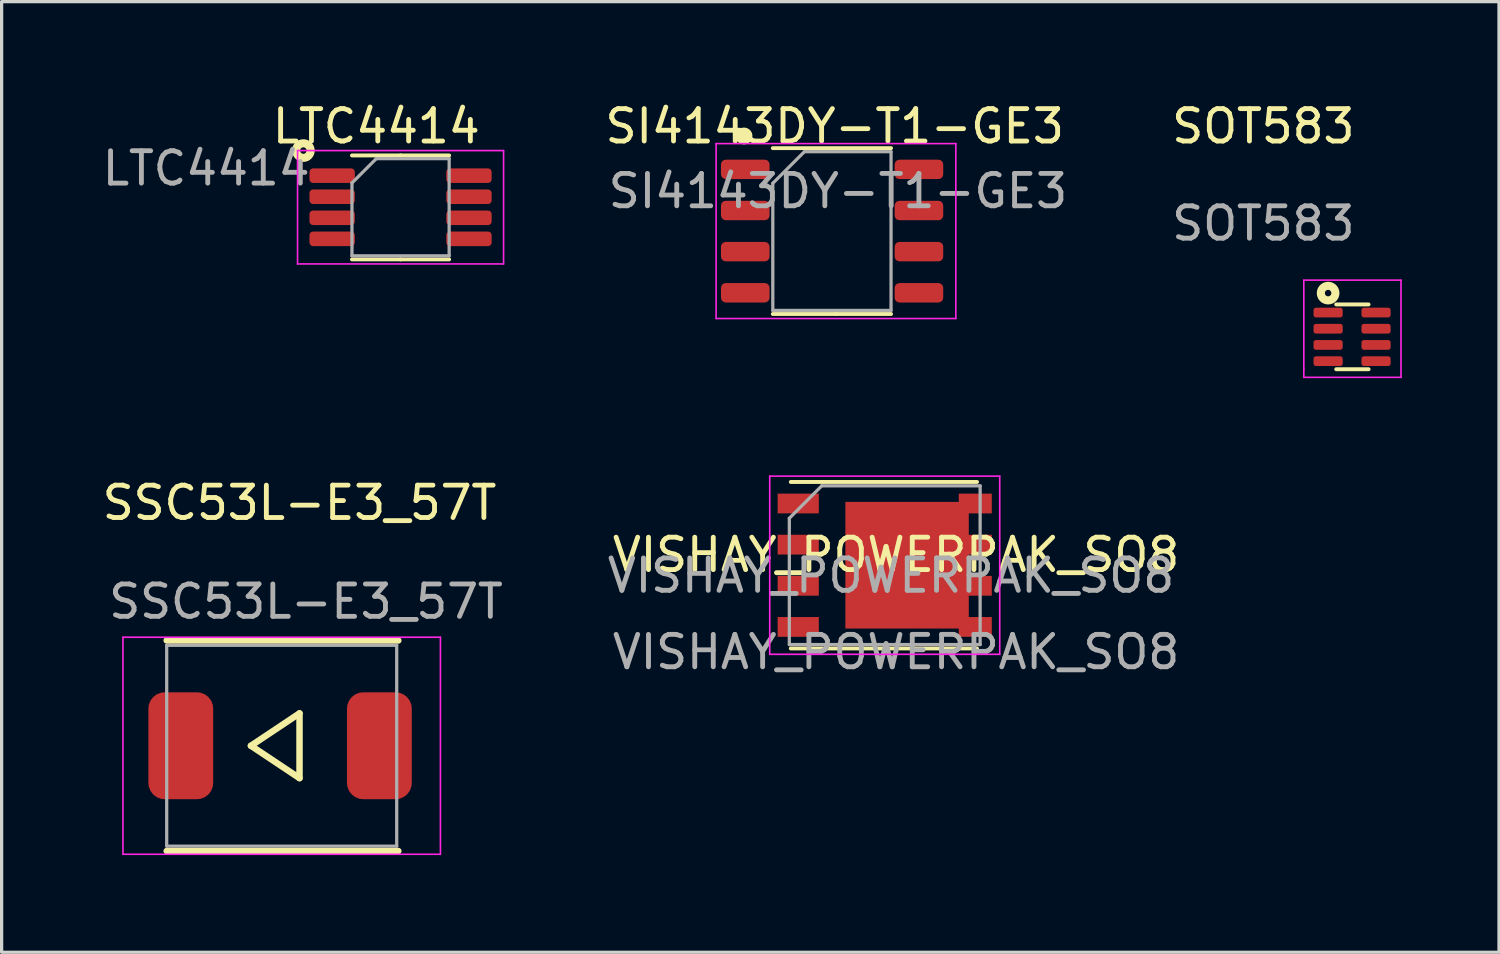
<source format=kicad_pcb>
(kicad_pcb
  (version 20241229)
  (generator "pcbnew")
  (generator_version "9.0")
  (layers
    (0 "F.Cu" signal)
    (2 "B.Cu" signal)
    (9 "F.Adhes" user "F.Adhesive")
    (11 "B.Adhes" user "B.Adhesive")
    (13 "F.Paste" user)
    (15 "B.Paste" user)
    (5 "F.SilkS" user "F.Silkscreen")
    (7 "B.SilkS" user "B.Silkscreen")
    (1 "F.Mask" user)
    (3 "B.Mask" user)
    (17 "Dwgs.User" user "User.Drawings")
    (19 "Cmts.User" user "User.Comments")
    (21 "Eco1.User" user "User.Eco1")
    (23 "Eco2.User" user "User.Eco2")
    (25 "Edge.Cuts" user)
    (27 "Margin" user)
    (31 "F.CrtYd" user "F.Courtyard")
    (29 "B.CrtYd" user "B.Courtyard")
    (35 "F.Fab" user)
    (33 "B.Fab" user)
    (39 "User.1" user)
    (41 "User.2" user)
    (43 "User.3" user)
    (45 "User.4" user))
  (footprint "SSC53L-E3_57T"
    (layer "F.Cu")
    (at 5.696 19.971)
    (property "Reference" "SSC53L-E3_57T" (at 0.5 -7.5 0) (unlocked yes) (layer "F.SilkS") (effects (font (size 1 1) (thickness 0.15))))
    (attr smd)
    (fp_line (start -3.6 -3.25) (end 3.55 -3.25) (stroke (width 0.2) (type solid)) (layer "F.SilkS"))
    (fp_line (start -3.6 3.25) (end 3.55 3.25) (stroke (width 0.2) (type solid)) (layer "F.SilkS"))
    (fp_line (start 0.5 -1) (end -1 0) (stroke (width 0.2) (type solid)) (layer "F.SilkS"))
    (fp_line (start 0.5 -1) (end 0.5 1) (stroke (width 0.2) (type solid)) (layer "F.SilkS"))
    (fp_line (start 0.5 1) (end -1 0) (stroke (width 0.2) (type solid)) (layer "F.SilkS"))
    (fp_line (start -4.95 -3.35) (end 4.85 -3.35) (stroke (width 0.05) (type solid)) (layer "F.CrtYd"))
    (fp_line (start -4.95 3.35) (end -4.95 -3.35) (stroke (width 0.05) (type solid)) (layer "F.CrtYd"))
    (fp_line (start 4.85 -3.35) (end 4.85 3.35) (stroke (width 0.05) (type solid)) (layer "F.CrtYd"))
    (fp_line (start 4.85 3.35) (end -4.95 3.35) (stroke (width 0.05) (type solid)) (layer "F.CrtYd"))
    (fp_line (start -3.6 3.1) (end -3.6 -3.1) (stroke (width 0.1) (type solid)) (layer "F.Fab"))
    (fp_line (start 3.5 -3.1) (end -3.6 -3.1) (stroke (width 0.1) (type solid)) (layer "F.Fab"))
    (fp_line (start 3.5 -3.1) (end 3.5 3.1) (stroke (width 0.1) (type solid)) (layer "F.Fab"))
    (fp_line (start 3.5 3.1) (end -3.6 3.1) (stroke (width 0.1) (type solid)) (layer "F.Fab"))
    (fp_text user "${REFERENCE}" (at 0.7 -4.45 0) (layer "F.Fab") (effects (font (size 1 1) (thickness 0.15))))
    (pad "1" smd roundrect (at -3.165 0 90) (size 3.3 2) (layers "F.Cu" "F.Mask" "F.Paste") (roundrect_rratio 0.25))
    (pad "2" smd roundrect (at 2.965 0 90) (size 3.3 2) (layers "F.Cu" "F.Mask" "F.Paste") (roundrect_rratio 0.25)))
  (footprint "SI4143DY-T1-GE3"
    (layer "F.Cu")
    (at 22.717 4.148)
    (property "Reference" "SI4143DY-T1-GE3" (at 0 -3.3 0) (unlocked yes) (layer "F.SilkS") (effects (font (size 1 1) (thickness 0.15))))
    (attr smd)
    (fp_line (start -1.911 -2.625) (end 1.739 -2.625) (stroke (width 0.12) (type solid)) (layer "F.SilkS"))
    (fp_line (start 0.039 2.495) (end -1.911 2.495) (stroke (width 0.12) (type solid)) (layer "F.SilkS"))
    (fp_line (start 0.039 2.495) (end 1.739 2.495) (stroke (width 0.12) (type solid)) (layer "F.SilkS"))
    (fp_circle (center -2.8 -3) (end -2.6 -3) (stroke (width 0.12) (type solid)) (fill yes) (layer "F.SilkS"))
    (fp_line (start -3.661 -2.765) (end -3.661 2.635) (stroke (width 0.05) (type solid)) (layer "F.CrtYd"))
    (fp_line (start -3.661 2.635) (end 3.739 2.635) (stroke (width 0.05) (type solid)) (layer "F.CrtYd"))
    (fp_line (start 3.739 -2.765) (end -3.661 -2.765) (stroke (width 0.05) (type solid)) (layer "F.CrtYd"))
    (fp_line (start 3.739 2.635) (end 3.739 -2.765) (stroke (width 0.05) (type solid)) (layer "F.CrtYd"))
    (fp_line (start -1.911 -1.54) (end -0.936 -2.515) (stroke (width 0.1) (type solid)) (layer "F.Fab"))
    (fp_line (start -1.911 2.385) (end -1.911 -1.54) (stroke (width 0.1) (type solid)) (layer "F.Fab"))
    (fp_line (start -0.936 -2.515) (end 1.739 -2.515) (stroke (width 0.1) (type solid)) (layer "F.Fab"))
    (fp_line (start 1.739 -2.515) (end 1.739 2.385) (stroke (width 0.1) (type solid)) (layer "F.Fab"))
    (fp_line (start 1.739 2.385) (end -1.911 2.385) (stroke (width 0.1) (type solid)) (layer "F.Fab"))
    (fp_text user "${REFERENCE}" (at 0.1 -1.3 0) (unlocked yes) (layer "F.Fab") (effects (font (size 1 1) (thickness 0.15))))
    (pad "1" smd roundrect (at -2.761 -1.97) (size 1.5 0.6) (layers "F.Cu" "F.Mask" "F.Paste") (roundrect_rratio 0.25))
    (pad "1" smd roundrect (at -2.761 -0.7) (size 1.5 0.6) (layers "F.Cu" "F.Mask" "F.Paste") (roundrect_rratio 0.25))
    (pad "1" smd roundrect (at -2.761 0.57) (size 1.5 0.6) (layers "F.Cu" "F.Mask" "F.Paste") (roundrect_rratio 0.25))
    (pad "2" smd roundrect (at -2.761 1.84) (size 1.5 0.6) (layers "F.Cu" "F.Mask" "F.Paste") (roundrect_rratio 0.25))
    (pad "3" smd roundrect (at 2.6 -1.97) (size 1.5 0.6) (layers "F.Cu" "F.Mask" "F.Paste") (roundrect_rratio 0.25))
    (pad "3" smd roundrect (at 2.6 -0.7) (size 1.5 0.6) (layers "F.Cu" "F.Mask" "F.Paste") (roundrect_rratio 0.25))
    (pad "3" smd roundrect (at 2.6 0.57) (size 1.5 0.6) (layers "F.Cu" "F.Mask" "F.Paste") (roundrect_rratio 0.25))
    (pad "3" smd roundrect (at 2.6 1.84) (size 1.5 0.6) (layers "F.Cu" "F.Mask" "F.Paste") (roundrect_rratio 0.25)))
  (footprint "VISHAY_POWERPAK_SO8"
    (layer "F.Cu")
    (at 24.611 14.578)
    (property "Reference" "VISHAY_POWERPAK_SO8" (at 0 -0.5 0) (unlocked yes) (layer "F.SilkS") (effects (font (size 1 1) (thickness 0.15))))
    (attr smd)
    (fp_line (start -3.25 -2.75) (end 2.5 -2.75) (stroke (width 0.12) (type solid)) (layer "F.SilkS"))
    (fp_line (start -3.25 2.39) (end 2.5 2.39) (stroke (width 0.12) (type solid)) (layer "F.SilkS"))
    (fp_line (start -3.9 -2.93) (end -3.9 2.57) (stroke (width 0.05) (type solid)) (layer "F.CrtYd"))
    (fp_line (start -3.9 -2.93) (end 3.2 -2.93) (stroke (width 0.05) (type solid)) (layer "F.CrtYd"))
    (fp_line (start -3.9 2.57) (end 3.2 2.57) (stroke (width 0.05) (type solid)) (layer "F.CrtYd"))
    (fp_line (start 3.2 -2.93) (end 3.2 2.57) (stroke (width 0.05) (type solid)) (layer "F.CrtYd"))
    (fp_line (start -3.295 2.27) (end -3.295 -1.63) (stroke (width 0.1) (type solid)) (layer "F.Fab"))
    (fp_line (start -2.295 -2.63) (end -3.295 -1.63) (stroke (width 0.1) (type solid)) (layer "F.Fab"))
    (fp_line (start -2.295 -2.63) (end 2.595 -2.63) (stroke (width 0.1) (type solid)) (layer "F.Fab"))
    (fp_line (start 2.595 -2.63) (end 2.595 2.27) (stroke (width 0.1) (type solid)) (layer "F.Fab"))
    (fp_line (start 2.595 2.27) (end -3.295 2.27) (stroke (width 0.1) (type solid)) (layer "F.Fab"))
    (fp_text user "${REFERENCE}" (at -0.155 0.14 0) (unlocked yes) (layer "F.Fab") (effects (font (size 1 1) (thickness 0.15))))
    (fp_text user "${REFERENCE}" (at 0 2.5 0) (unlocked yes) (layer "F.Fab") (effects (font (size 1 1) (thickness 0.15))))
    (pad "1" smd rect (at -3.02 1.725) (size 1.27 0.61) (layers "F.Cu" "F.Mask" "F.Paste"))
    (pad "2" smd rect (at -3.02 -2.085) (size 1.27 0.61) (layers "F.Cu" "F.Mask" "F.Paste"))
    (pad "2" smd rect (at -3.02 -0.815) (size 1.27 0.61) (layers "F.Cu" "F.Mask" "F.Paste"))
    (pad "2" smd rect (at -3.02 0.455) (size 1.27 0.61) (layers "F.Cu" "F.Mask" "F.Paste"))
    (pad "3" smd rect (at 0.34 -0.18) (size 3.81 3.91) (layers "F.Cu" "F.Mask" "F.Paste"))
    (pad "3" smd rect (at 2.445 -2.085) (size 1.02 0.61) (layers "F.Cu" "F.Mask" "F.Paste"))
    (pad "3" smd rect (at 2.445 -0.815) (size 1.02 0.61) (layers "F.Cu" "F.Mask" "F.Paste"))
    (pad "3" smd rect (at 2.445 0.455) (size 1.02 0.61) (layers "F.Cu" "F.Mask" "F.Paste"))
    (pad "3" smd rect (at 2.445 1.725) (size 1.02 0.61) (layers "F.Cu" "F.Mask" "F.Paste")))
  (footprint "LTC4414"
    (layer "F.Cu")
    (at 9.315 3.348)
    (property "Reference" "LTC4414" (at -0.75 -2.5 0) (unlocked yes) (layer "F.SilkS") (effects (font (size 1 1) (thickness 0.15))))
    (attr smd)
    (fp_line (start 0 -1.6) (end -1.5 -1.6) (stroke (width 0.12) (type solid)) (layer "F.SilkS"))
    (fp_line (start 0 -1.6) (end 1.5 -1.6) (stroke (width 0.12) (type solid)) (layer "F.SilkS"))
    (fp_line (start 0 1.61) (end -1.5 1.61) (stroke (width 0.12) (type solid)) (layer "F.SilkS"))
    (fp_line (start 0 1.61) (end 1.5 1.61) (stroke (width 0.12) (type solid)) (layer "F.SilkS"))
    (fp_circle (center -3 -1.75) (end -2.9 -1.75) (stroke (width 0.25) (type solid)) (fill no) (layer "F.SilkS"))
    (fp_line (start -3.18 -1.75) (end -3.18 1.75) (stroke (width 0.05) (type solid)) (layer "F.CrtYd"))
    (fp_line (start -3.18 1.75) (end 3.18 1.75) (stroke (width 0.05) (type solid)) (layer "F.CrtYd"))
    (fp_line (start 3.18 -1.75) (end -3.18 -1.75) (stroke (width 0.05) (type solid)) (layer "F.CrtYd"))
    (fp_line (start 3.18 1.75) (end 3.18 -1.75) (stroke (width 0.05) (type solid)) (layer "F.CrtYd"))
    (fp_line (start -1.5 -0.75) (end -0.75 -1.5) (stroke (width 0.1) (type solid)) (layer "F.Fab"))
    (fp_line (start -1.5 1.5) (end -1.5 -0.75) (stroke (width 0.1) (type solid)) (layer "F.Fab"))
    (fp_line (start -0.75 -1.5) (end 1.5 -1.5) (stroke (width 0.1) (type solid)) (layer "F.Fab"))
    (fp_line (start 1.5 -1.5) (end 1.5 1.5) (stroke (width 0.1) (type solid)) (layer "F.Fab"))
    (fp_line (start 1.5 1.5) (end -1.5 1.5) (stroke (width 0.1) (type solid)) (layer "F.Fab"))
    (fp_text user "${REFERENCE}" (at -6 -1.2 0) (unlocked yes) (layer "F.Fab") (effects (font (size 1 1) (thickness 0.15))))
    (pad "1" smd roundrect (at -2.112 -0.975) (size 1.4 0.45) (layers "F.Cu" "F.Mask" "F.Paste") (roundrect_rratio 0.25))
    (pad "2" smd roundrect (at -2.112 -0.325) (size 1.4 0.45) (layers "F.Cu" "F.Mask" "F.Paste") (roundrect_rratio 0.25))
    (pad "3" smd roundrect (at -2.112 0.325) (size 1.4 0.45) (layers "F.Cu" "F.Mask" "F.Paste") (roundrect_rratio 0.25))
    (pad "4" smd roundrect (at -2.112 0.975) (size 1.4 0.45) (layers "F.Cu" "F.Mask" "F.Paste") (roundrect_rratio 0.25))
    (pad "5" smd roundrect (at 2.112 0.975) (size 1.4 0.45) (layers "F.Cu" "F.Mask" "F.Paste") (roundrect_rratio 0.25))
    (pad "6" smd roundrect (at 2.112 0.325) (size 1.4 0.45) (layers "F.Cu" "F.Mask" "F.Paste") (roundrect_rratio 0.25))
    (pad "7" smd roundrect (at 2.112 -0.325) (size 1.4 0.45) (layers "F.Cu" "F.Mask" "F.Paste") (roundrect_rratio 0.25))
    (pad "8" smd roundrect (at 2.112 -0.975) (size 1.4 0.45) (layers "F.Cu" "F.Mask" "F.Paste") (roundrect_rratio 0.25)))
  (footprint "SOT583"
    (layer "F.Cu")
    (at 37.948 6.598)
    (property "Reference" "SOT583" (at -2 -5.75 0) (unlocked yes) (layer "F.SilkS") (effects (font (size 1 1) (thickness 0.15))))
    (attr smd)
    (fp_line (start 0.25 -0.25) (end 1.25 -0.25) (stroke (width 0.12) (type solid)) (layer "F.SilkS"))
    (fp_line (start 0.25 1.75) (end 1.25 1.75) (stroke (width 0.12) (type solid)) (layer "F.SilkS"))
    (fp_circle (center 0 -0.6) (end 0.1 -0.6) (stroke (width 0.25) (type solid)) (fill no) (layer "F.SilkS"))
    (fp_line (start -0.75 -1) (end 2.25 -1) (stroke (width 0.05) (type solid)) (layer "F.CrtYd"))
    (fp_line (start -0.75 1.75) (end -0.75 -1) (stroke (width 0.05) (type solid)) (layer "F.CrtYd"))
    (fp_line (start -0.75 2) (end -0.75 1.75) (stroke (width 0.05) (type solid)) (layer "F.CrtYd"))
    (fp_line (start 2.25 -1) (end 2.25 2) (stroke (width 0.05) (type solid)) (layer "F.CrtYd"))
    (fp_line (start 2.25 2) (end -0.75 2) (stroke (width 0.05) (type solid)) (layer "F.CrtYd"))
    (fp_text user "${REFERENCE}" (at -2 -2.75 0) (unlocked yes) (layer "F.Fab") (effects (font (size 1 1) (thickness 0.15))))
    (pad "1" smd roundrect (at 0 0) (size 0.9 0.3) (layers "F.Cu" "F.Mask" "F.Paste") (roundrect_rratio 0.25))
    (pad "2" smd roundrect (at 0 0.5) (size 0.9 0.3) (layers "F.Cu" "F.Mask" "F.Paste") (roundrect_rratio 0.25))
    (pad "3" smd roundrect (at 0 1) (size 0.9 0.3) (layers "F.Cu" "F.Mask" "F.Paste") (roundrect_rratio 0.25))
    (pad "4" smd roundrect (at 0 1.5) (size 0.9 0.3) (layers "F.Cu" "F.Mask" "F.Paste") (roundrect_rratio 0.25))
    (pad "5" smd roundrect (at 1.48 1.5) (size 0.9 0.3) (layers "F.Cu" "F.Mask" "F.Paste") (roundrect_rratio 0.25))
    (pad "6" smd roundrect (at 1.48 1) (size 0.9 0.3) (layers "F.Cu" "F.Mask" "F.Paste") (roundrect_rratio 0.25))
    (pad "7" smd roundrect (at 1.48 0.5) (size 0.9 0.3) (layers "F.Cu" "F.Mask" "F.Paste") (roundrect_rratio 0.25))
    (pad "8" smd roundrect (at 1.48 0) (size 0.9 0.3) (layers "F.Cu" "F.Mask" "F.Paste") (roundrect_rratio 0.25)))
  (gr_rect
    (start -3 -3)
    (end 43.223 26.346)
    (stroke (width 0.1) (type default))
    (fill no)
    (layer "Edge.Cuts")))
</source>
